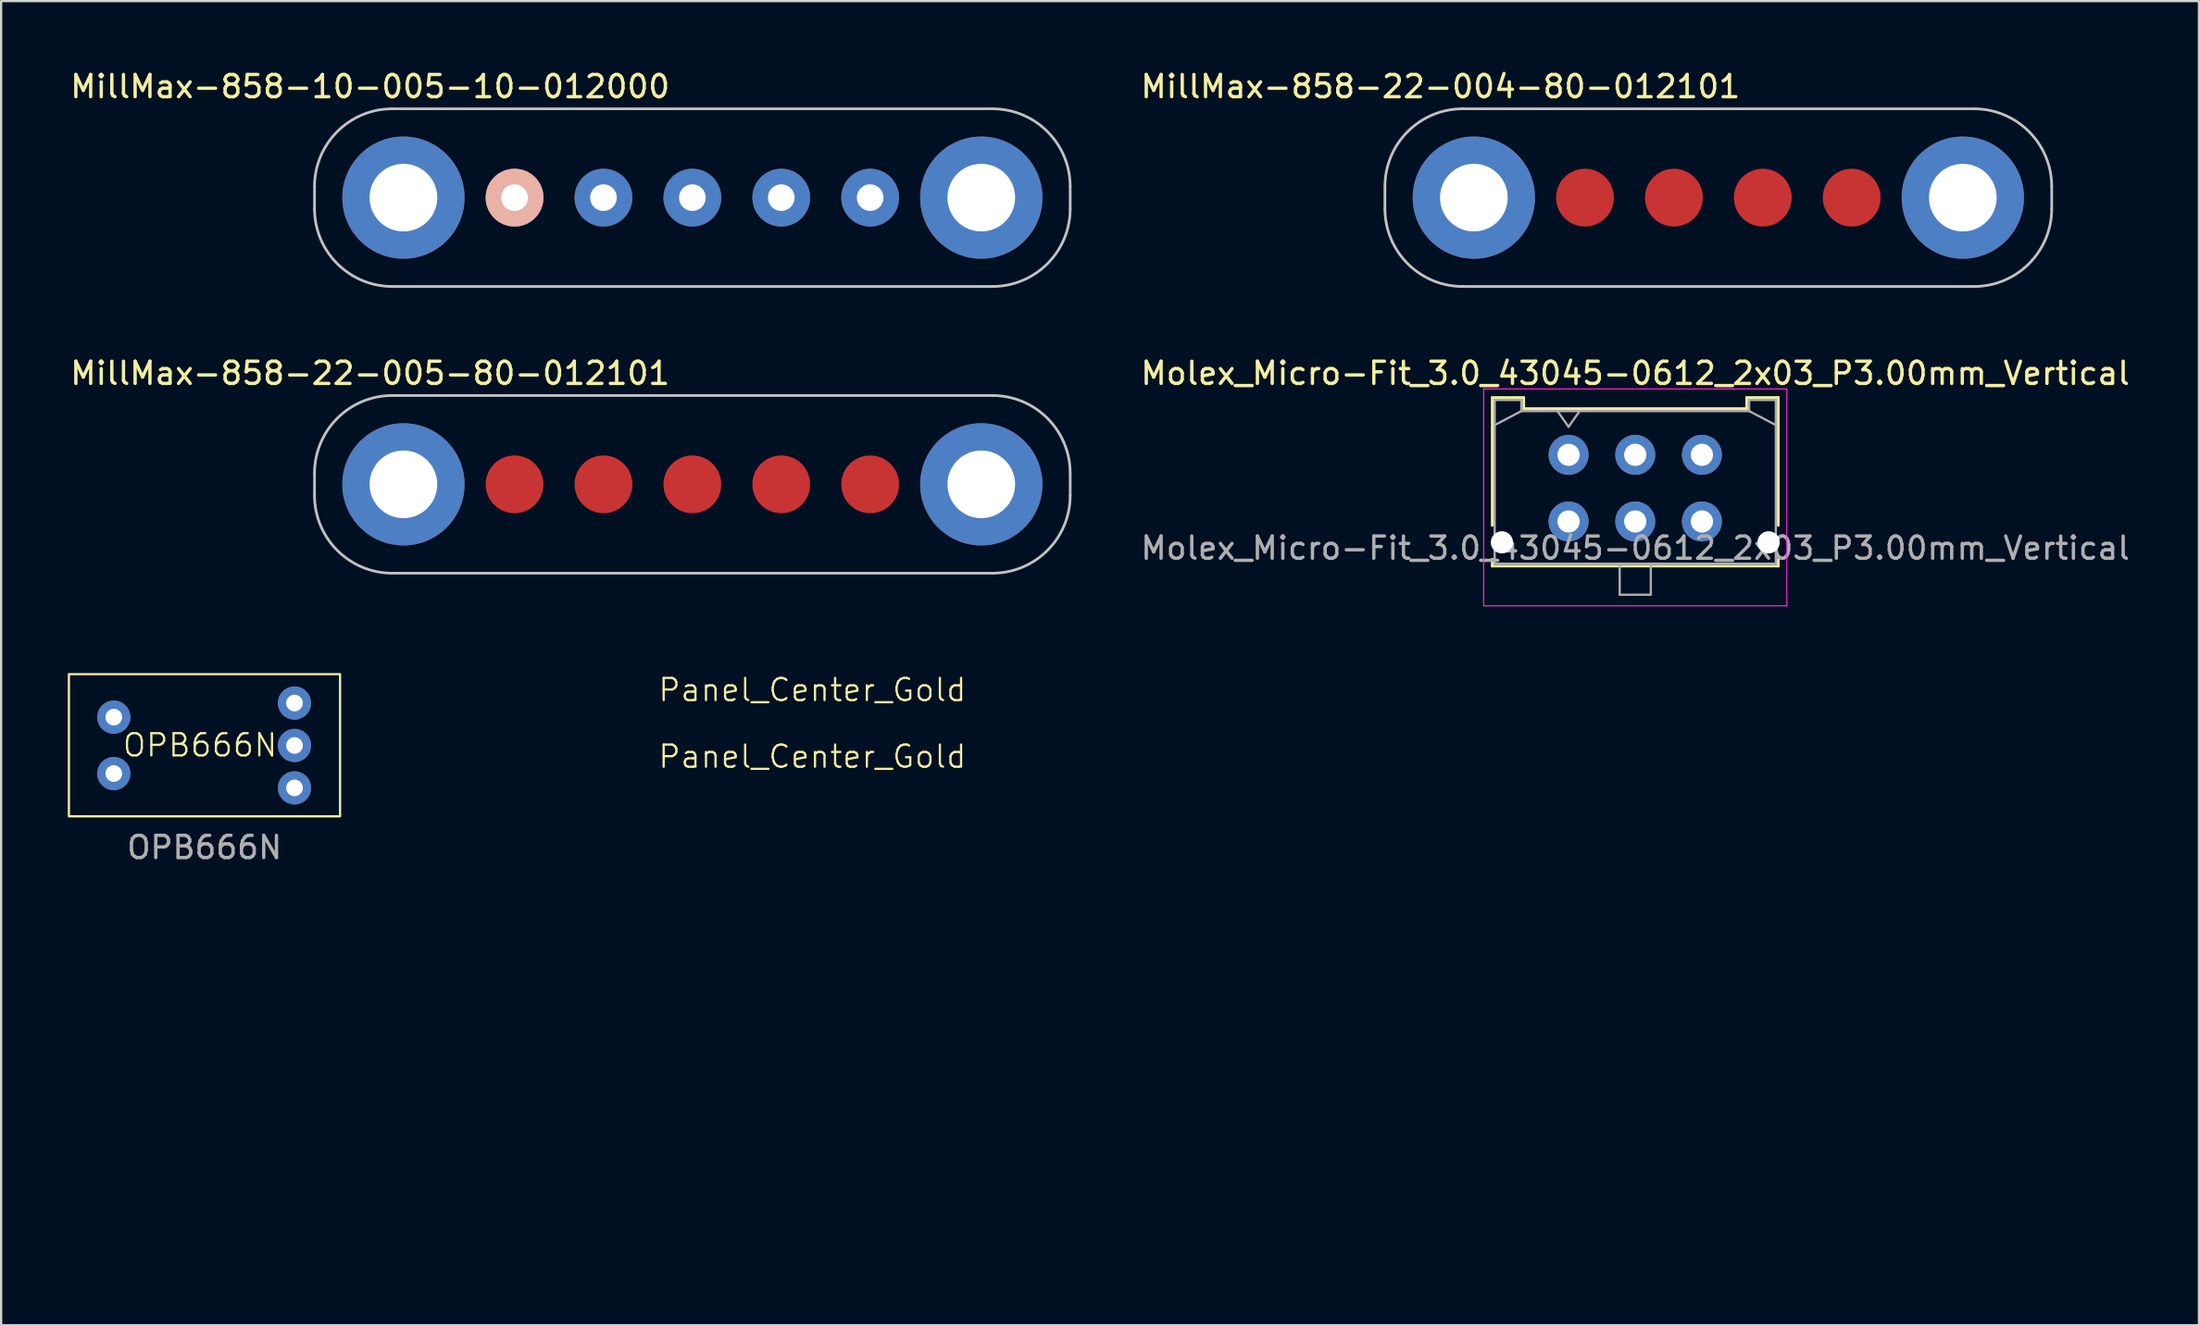
<source format=kicad_pcb>
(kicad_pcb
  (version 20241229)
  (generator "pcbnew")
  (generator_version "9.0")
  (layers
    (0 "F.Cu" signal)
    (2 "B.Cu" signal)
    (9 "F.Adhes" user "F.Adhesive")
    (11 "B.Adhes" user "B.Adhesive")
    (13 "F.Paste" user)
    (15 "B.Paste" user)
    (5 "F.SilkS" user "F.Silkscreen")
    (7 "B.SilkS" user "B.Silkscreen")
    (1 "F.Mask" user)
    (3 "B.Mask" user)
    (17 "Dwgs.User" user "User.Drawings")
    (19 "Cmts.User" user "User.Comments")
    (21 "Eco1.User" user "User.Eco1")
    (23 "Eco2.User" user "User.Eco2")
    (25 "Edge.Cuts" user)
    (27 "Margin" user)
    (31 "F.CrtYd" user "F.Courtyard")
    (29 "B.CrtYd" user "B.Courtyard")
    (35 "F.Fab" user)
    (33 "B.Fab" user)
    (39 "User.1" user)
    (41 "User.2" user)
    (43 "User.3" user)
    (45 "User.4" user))
  (footprint "OPB666N"
    (layer "F.Cu")
    (at 6.15 30.502)
    (property "Reference" "OPB666N" (at -0.2 0 0) (unlocked yes) (layer "F.SilkS") (effects (font (size 1 1) (thickness 0.1))))
    (attr smd)
    (fp_rect (start -6.1 -3.2) (end 6.1 3.2) (stroke (width 0.1) (type default)) (fill no) (layer "F.SilkS"))
    (fp_text user "${REFERENCE}" (at 0 4.6 0) (unlocked yes) (layer "F.Fab") (effects (font (size 1 1) (thickness 0.15))))
    (pad "1" thru_hole roundrect (at -4.08 1.275) (size 1.5 1.5) (drill 0.75) (layers "*.Cu" "*.Mask") (roundrect_rratio 0.5))
    (pad "2" thru_hole roundrect (at -4.08 -1.265) (size 1.5 1.5) (drill 0.75) (layers "*.Cu" "*.Mask") (roundrect_rratio 0.5))
    (pad "3" thru_hole roundrect (at 4.05 -1.9) (size 1.5 1.5) (drill 0.75) (layers "*.Cu" "*.Mask") (roundrect_rratio 0.5))
    (pad "4" thru_hole roundrect (at 4.05 0.01) (size 1.5 1.5) (drill 0.75) (layers "*.Cu" "*.Mask") (roundrect_rratio 0.5))
    (pad "5" thru_hole roundrect (at 4.05 1.92) (size 1.5 1.5) (drill 0.75) (layers "*.Cu" "*.Mask" "Eco2.User") (roundrect_rratio 0.5)))
  (footprint "MillMax-858-22-004-80-012101"
    (layer "F.Cu")
    (at 74.262 5.848)
    (property "Reference" "MillMax-858-22-004-80-012101" (at -12.5 -5 0) (layer "F.SilkS") (effects (font (size 1 1) (thickness 0.15))))
    (attr through_hole)
    (fp_line (start -15 0.5) (end -15 -0.5) (stroke (width 0.12) (type solid)) (layer "Dwgs.User"))
    (fp_line (start 11.5 -4) (end -11.5 -4) (stroke (width 0.12) (type solid)) (layer "Dwgs.User"))
    (fp_line (start 11.5 4) (end -11.5 4) (stroke (width 0.12) (type solid)) (layer "Dwgs.User"))
    (fp_line (start 15 -0.5) (end 15 0.5) (stroke (width 0.12) (type solid)) (layer "Dwgs.User"))
    (fp_arc (start -15 -0.5) (mid -13.974874 -2.974874) (end -11.5 -4) (stroke (width 0.12) (type solid)) (layer "Dwgs.User"))
    (fp_arc (start -11.5 4) (mid -13.974874 2.974874) (end -15 0.5) (stroke (width 0.12) (type solid)) (layer "Dwgs.User"))
    (fp_arc (start 11.5 -4) (mid 13.974874 -2.974874) (end 15 -0.5) (stroke (width 0.12) (type solid)) (layer "Dwgs.User"))
    (fp_arc (start 15 0.5) (mid 13.974874 2.974874) (end 11.5 4) (stroke (width 0.12) (type solid)) (layer "Dwgs.User"))
    (pad "1" connect circle (at -6 0) (size 2.6 2.6) (layers "F.Cu" "F.Mask"))
    (pad "2" connect circle (at -2 0) (size 2.6 2.6) (layers "F.Cu" "F.Mask"))
    (pad "3" connect circle (at 2 0) (size 2.6 2.6) (layers "F.Cu" "F.Mask"))
    (pad "4" connect circle (at 6 0) (size 2.6 2.6) (layers "F.Cu" "F.Mask"))
    (pad "M1" thru_hole circle (at -11 0) (size 5.5 5.5) (drill 3.045) (layers "*.Cu" "*.Mask"))
    (pad "M2" thru_hole circle (at 11 0) (size 5.5 5.5) (drill 3.045) (layers "*.Cu" "*.Mask")))
  (footprint "MillMax-858-10-005-10-012000"
    (layer "F.Cu")
    (at 28.101 5.848)
    (property "Reference" "MillMax-858-10-005-10-012000" (at -14.5 -5 0) (layer "F.SilkS") (effects (font (size 1 1) (thickness 0.15))))
    (attr through_hole)
    (fp_line (start -17 0.5) (end -17 -0.5) (stroke (width 0.12) (type solid)) (layer "Dwgs.User"))
    (fp_line (start 13.5 -4) (end -13.5 -4) (stroke (width 0.12) (type solid)) (layer "Dwgs.User"))
    (fp_line (start 13.5 4) (end -13.5 4) (stroke (width 0.12) (type solid)) (layer "Dwgs.User"))
    (fp_line (start 17 -0.5) (end 17 0.5) (stroke (width 0.12) (type solid)) (layer "Dwgs.User"))
    (fp_arc (start -17 -0.5) (mid -15.974874 -2.974874) (end -13.5 -4) (stroke (width 0.12) (type solid)) (layer "Dwgs.User"))
    (fp_arc (start -13.5 4) (mid -15.974874 2.974874) (end -17 0.5) (stroke (width 0.12) (type solid)) (layer "Dwgs.User"))
    (fp_arc (start 13.5 -4) (mid 15.974874 -2.974874) (end 17 -0.5) (stroke (width 0.12) (type solid)) (layer "Dwgs.User"))
    (fp_arc (start 17 0.5) (mid 15.974874 2.974874) (end 13.5 4) (stroke (width 0.12) (type solid)) (layer "Dwgs.User"))
    (pad "1" thru_hole circle (at -8 0) (size 2.6 2.6) (drill 1.2) (layers "*.Cu" "*.Mask" "B.SilkS"))
    (pad "2" thru_hole circle (at -4 0) (size 2.6 2.6) (drill 1.2) (layers "*.Cu" "*.Mask"))
    (pad "3" thru_hole circle (at 0 0) (size 2.6 2.6) (drill 1.2) (layers "*.Cu" "*.Mask"))
    (pad "4" thru_hole circle (at 4 0) (size 2.6 2.6) (drill 1.2) (layers "*.Cu" "*.Mask"))
    (pad "5" thru_hole circle (at 8 0) (size 2.6 2.6) (drill 1.2) (layers "*.Cu" "*.Mask"))
    (pad "M1" thru_hole circle (at -13 0) (size 5.5 5.5) (drill 3.045) (layers "*.Cu" "*.Mask"))
    (pad "M2" thru_hole circle (at 13 0) (size 5.5 5.5) (drill 3.045) (layers "*.Cu" "*.Mask")))
  (footprint "MillMax-858-22-005-80-012101"
    (layer "F.Cu")
    (at 28.101 18.756)
    (property "Reference" "MillMax-858-22-005-80-012101" (at -14.5 -5 0) (layer "F.SilkS") (effects (font (size 1 1) (thickness 0.15))))
    (attr through_hole)
    (fp_line (start -17 0.5) (end -17 -0.5) (stroke (width 0.12) (type solid)) (layer "Dwgs.User"))
    (fp_line (start 13.5 -4) (end -13.5 -4) (stroke (width 0.12) (type solid)) (layer "Dwgs.User"))
    (fp_line (start 13.5 4) (end -13.5 4) (stroke (width 0.12) (type solid)) (layer "Dwgs.User"))
    (fp_line (start 17 -0.5) (end 17 0.5) (stroke (width 0.12) (type solid)) (layer "Dwgs.User"))
    (fp_arc (start -17 -0.5) (mid -15.974874 -2.974874) (end -13.5 -4) (stroke (width 0.12) (type solid)) (layer "Dwgs.User"))
    (fp_arc (start -13.5 4) (mid -15.974874 2.974874) (end -17 0.5) (stroke (width 0.12) (type solid)) (layer "Dwgs.User"))
    (fp_arc (start 13.5 -4) (mid 15.974874 -2.974874) (end 17 -0.5) (stroke (width 0.12) (type solid)) (layer "Dwgs.User"))
    (fp_arc (start 17 0.5) (mid 15.974874 2.974874) (end 13.5 4) (stroke (width 0.12) (type solid)) (layer "Dwgs.User"))
    (pad "1" connect circle (at -8 0) (size 2.6 2.6) (layers "F.Cu" "F.Mask"))
    (pad "2" connect circle (at -4 0) (size 2.6 2.6) (layers "F.Cu" "F.Mask"))
    (pad "3" connect circle (at 0 0) (size 2.6 2.6) (layers "F.Cu" "F.Mask"))
    (pad "4" connect circle (at 4 0) (size 2.6 2.6) (layers "F.Cu" "F.Mask"))
    (pad "5" connect circle (at 8 0) (size 2.6 2.6) (layers "F.Cu" "F.Mask"))
    (pad "M1" thru_hole circle (at -13 0) (size 5.5 5.5) (drill 3.045) (layers "*.Cu" "*.Mask"))
    (pad "M2" thru_hole circle (at 13 0) (size 5.5 5.5) (drill 3.045) (layers "*.Cu" "*.Mask")))
  (footprint "Panel_Center_Gold"
    (layer "F.Cu")
    (at 33.5 48.812)
    (property "Reference" "Panel_Center_Gold" (at 0 -20.8 0) (unlocked yes) (layer "F.SilkS") (effects (font (size 1 1) (thickness 0.1))))
    (attr smd)
    (fp_line (start -18.1 0.1) (end -18.1 4.3) (stroke (width 0.2) (type default)) (layer "B.Mask"))
    (fp_line (start -17.7 4.7) (end 24.047 4.7) (stroke (width 0.2) (type default)) (layer "B.Mask"))
    (fp_line (start -14.71 -1.462) (end -18.072 0.055) (stroke (width 0.2) (type default)) (layer "B.Mask"))
    (fp_line (start -12.826 -5.9) (end -12.826 -4.366) (stroke (width 0.2) (type default)) (layer "B.Mask"))
    (fp_line (start -5.859 2.219) (end -4.739 4.158) (stroke (width 0.008) (type default)) (layer "B.Mask"))
    (fp_line (start -4.517 4.215) (end -1.313 2.366) (stroke (width 0.008) (type default)) (layer "B.Mask"))
    (fp_line (start -2.593 0.149) (end -5.8 2) (stroke (width 0.008) (type default)) (layer "B.Mask"))
    (fp_line (start -2.593 0.149) (end -1.313 -2.068) (stroke (width 0.008) (type default)) (layer "B.Mask"))
    (fp_line (start -1.593 0.149) (end -0.692 1.709) (stroke (width 0.008) (type default)) (layer "B.Mask"))
    (fp_line (start -1.313 -2.068) (end -1.313 -5.771) (stroke (width 0.008) (type default)) (layer "B.Mask"))
    (fp_line (start -1.246 -1.411) (end -0.622 -1.411) (stroke (width 0.008) (type default)) (layer "B.Mask"))
    (fp_line (start -1.153 -5.931) (end 1.087 -5.931) (stroke (width 0.008) (type default)) (layer "B.Mask"))
    (fp_line (start -0.969 0.149) (end -1.593 0.149) (stroke (width 0.008) (type default)) (layer "B.Mask"))
    (fp_line (start -0.692 1.709) (end -0.068 1.709) (stroke (width 0.008) (type default)) (layer "B.Mask"))
    (fp_line (start -0.622 -1.411) (end 1.18 1.709) (stroke (width 0.008) (type default)) (layer "B.Mask"))
    (fp_line (start -0.068 1.709) (end -0.969 0.149) (stroke (width 0.008) (type default)) (layer "B.Mask"))
    (fp_line (start 0.002 -1.411) (end 0.022 -1.411) (stroke (width 0.008) (type default)) (layer "B.Mask"))
    (fp_line (start 0.002 -1.411) (end 0.903 0.149) (stroke (width 0.008) (type default)) (layer "B.Mask"))
    (fp_line (start 0.556 1.709) (end -1.246 -1.411) (stroke (width 0.008) (type default)) (layer "B.Mask"))
    (fp_line (start 0.626 -1.411) (end 0.002 -1.411) (stroke (width 0.008) (type default)) (layer "B.Mask"))
    (fp_line (start 0.903 0.149) (end 1.527 0.149) (stroke (width 0.008) (type default)) (layer "B.Mask"))
    (fp_line (start 1.18 1.709) (end 0.556 1.709) (stroke (width 0.008) (type default)) (layer "B.Mask"))
    (fp_line (start 1.247 -5.771) (end 1.247 -2.068) (stroke (width 0.008) (type default)) (layer "B.Mask"))
    (fp_line (start 1.247 -2.068) (end 2.527 0.149) (stroke (width 0.008) (type default)) (layer "B.Mask"))
    (fp_line (start 1.247 2.366) (end -1.313 2.366) (stroke (width 0.008) (type default)) (layer "B.Mask"))
    (fp_line (start 1.247 2.366) (end 4.454 4.217) (stroke (width 0.008) (type default)) (layer "B.Mask"))
    (fp_line (start 1.527 0.149) (end 0.626 -1.411) (stroke (width 0.008) (type default)) (layer "B.Mask"))
    (fp_line (start 4.674 4.156) (end 5.792 2.219) (stroke (width 0.008) (type default)) (layer "B.Mask"))
    (fp_line (start 5.734 2) (end 5.734 2) (stroke (width 0.008) (type default)) (layer "B.Mask"))
    (fp_line (start 5.734 2) (end 2.527 0.149) (stroke (width 0.008) (type default)) (layer "B.Mask"))
    (fp_line (start 8.428 -6.3) (end -12.433 -6.3) (stroke (width 0.2) (type default)) (layer "B.Mask"))
    (fp_line (start 24.047 4.7) (end 24.047 4.7) (stroke (width 0.2) (type default)) (layer "B.Mask"))
    (fp_line (start 24.266 3.965) (end 8.644 -6.237) (stroke (width 0.2) (type default)) (layer "B.Mask"))
    (fp_arc (start -18.1 0.1) (mid -18.091984 0.072747) (end -18.071814 0.054848) (stroke (width 0.2) (type default)) (layer "B.Mask"))
    (fp_arc (start -17.7 4.699746) (mid -17.982859 4.582592) (end -18.1 4.299744) (stroke (width 0.2) (type default)) (layer "B.Mask"))
    (fp_arc (start -12.826084 -5.9002) (mid -12.708918 -6.183144) (end -12.432986 -6.300322) (stroke (width 0.2) (type default)) (layer "B.Mask"))
    (fp_arc (start -12.826084 -4.366107) (mid -13.334633 -2.647526) (end -14.710229 -1.461557) (stroke (width 0.2) (type default)) (layer "B.Mask"))
    (fp_arc (start -5.858503 2.218583) (mid -5.874575 2.097184) (end -5.800014 2.000062) (stroke (width 0.008) (type default)) (layer "B.Mask"))
    (fp_arc (start -4.516723 4.215187) (mid -4.639567 4.233432) (end -4.73855 4.158398) (stroke (width 0.008) (type default)) (layer "B.Mask"))
    (fp_arc (start -1.313069 -5.771469) (mid -1.266206 -5.884606) (end -1.153069 -5.931469) (stroke (width 0.008) (type default)) (layer "B.Mask"))
    (fp_arc (start 1.086931 -5.931469) (mid 1.200068 -5.884606) (end 1.246931 -5.771469) (stroke (width 0.008) (type default)) (layer "B.Mask"))
    (fp_arc (start 4.673646 4.156261) (mid 4.576482 4.232701) (end 4.453846 4.21707) (stroke (width 0.008) (type default)) (layer "B.Mask"))
    (fp_arc (start 5.733749 2.000036) (mid 5.808324 2.097208) (end 5.792327 2.218649) (stroke (width 0.008) (type default)) (layer "B.Mask"))
    (fp_arc (start 8.4282 -6.300322) (mid 8.542428 -6.283696) (end 8.643864 -6.237309) (stroke (width 0.2) (type default)) (layer "B.Mask"))
    (fp_arc (start 24.265687 3.964841) (mid 24.430323 4.413798) (end 24.0469 4.699697) (stroke (width 0.2) (type default)) (layer "B.Mask"))
    (fp_circle (center -0.033 0.149) (end -0.035 0.149) (stroke (width 0.000016) (type default)) (fill yes) (layer "B.Mask"))
    (fp_circle (center -0.033 0.149) (end -0.035 0.149) (stroke (width 0.000016) (type default)) (fill yes) (layer "B.Mask"))
    (fp_circle (center -0.033 0.149) (end -0.035 0.149) (stroke (width 0.000016) (type default)) (fill yes) (layer "B.Mask"))
    (fp_poly (pts (xy -1.593 0.149) (xy -0.969 0.149) (xy -0.068 1.709) (xy -0.692 1.709)) (stroke (width 0.01) (type solid)) (fill yes) (layer "B.Mask"))
    (fp_poly (pts (xy -1.246 -1.411) (xy -0.622 -1.411) (xy 1.18 1.709) (xy 0.556 1.709)) (stroke (width 0.01) (type solid)) (fill yes) (layer "B.Mask"))
    (fp_poly (pts (xy 0.002 -1.411) (xy 0.626 -1.411) (xy 1.527 0.149) (xy 0.903 0.149)) (stroke (width 0.01) (type solid)) (fill yes) (layer "B.Mask"))
    (fp_poly (pts (xy -12.4 -6.3) (xy 8.5 -6.3) (xy 8.8 -6.2) (xy 24.4 4) (xy 24.5 4.2) (xy 24.4 4.4) (xy 24.2 4.7) (xy -17.6 4.7) (xy -17.9 4.6) (xy -18.1 4.4) (xy -18.1 0.1) (xy -14.8 -1.4) (xy -14.2 -1.7) (xy -13.8 -2.1) (xy -1.313 -2.068) (xy -2.593 0.149) (xy -5.8 2) (xy -5.84 2.03) (xy -5.87 2.079) (xy -5.88 2.12) (xy -5.88 2.15) (xy -5.87 2.2) (xy -4.737 4.161) (xy -4.7 4.21) (xy -4.641 4.233) (xy -4.61 4.24) (xy -4.57 4.24) (xy -4.52 4.217) (xy -1.313 2.366) (xy 1.247 2.366) (xy 4.458 4.22) (xy 4.51 4.24) (xy 4.56 4.24) (xy 4.61 4.22) (xy 4.66 4.184) (xy 4.672 4.158) (xy 5.792 2.219) (xy 5.81 2.18) (xy 5.82 2.13) (xy 5.8 2.07) (xy 5.78 2.04) (xy 5.75 2.01) (xy 5.734 2) (xy 2.527 0.149) (xy 1.247 -2.068) (xy 1.247 -5.771) (xy 1.24 -5.83) (xy 1.21 -5.88) (xy 1.17 -5.91) (xy 1.12 -5.93) (xy 1.087 -5.931) (xy -1.153 -5.931) (xy -1.19 -5.93) (xy -1.24 -5.91) (xy -1.27 -5.885) (xy -1.3 -5.84) (xy -1.313 -5.79) (xy -1.313 -2.068) (xy -13.79 -2.1) (xy -13.19 -2.88) (xy -12.9 -3.4) (xy -12.8 -4.9) (xy -12.8 -6) (xy -12.7 -6.2)) (stroke (width 0.005) (type solid)) (fill yes) (layer "B.Mask"))
    (fp_text user "${REFERENCE}" (at 0 -17.8 0) (unlocked yes) (layer "F.SilkS") (effects (font (size 1 1) (thickness 0.1)))))
  (footprint "Molex_Micro-Fit_3.0_43045-0612_2x03_P3.00mm_Vertical"
    (layer "F.Cu")
    (at 67.524 17.427)
    (property "Reference" "Molex_Micro-Fit_3.0_43045-0612_2x03_P3.00mm_Vertical" (at 3 -3.67 0) (layer "F.SilkS") (effects (font (size 1 1) (thickness 0.15))))
    (attr through_hole)
    (fp_line (start -3.435 -2.58) (end -2.015 -2.58) (stroke (width 0.12) (type solid)) (layer "F.SilkS"))
    (fp_line (start -3.435 3.18) (end -3.435 -2.58) (stroke (width 0.12) (type solid)) (layer "F.SilkS"))
    (fp_line (start -3.435 4.7) (end -3.435 5.01) (stroke (width 0.12) (type solid)) (layer "F.SilkS"))
    (fp_line (start -3.435 5.01) (end 9.435 5.01) (stroke (width 0.12) (type solid)) (layer "F.SilkS"))
    (fp_line (start -2.015 -2.58) (end -2.015 -2.08) (stroke (width 0.12) (type solid)) (layer "F.SilkS"))
    (fp_line (start -2.015 -2.08) (end 8.015 -2.08) (stroke (width 0.12) (type solid)) (layer "F.SilkS"))
    (fp_line (start 8.015 -2.58) (end 9.435 -2.58) (stroke (width 0.12) (type solid)) (layer "F.SilkS"))
    (fp_line (start 8.015 -2.08) (end 8.015 -2.58) (stroke (width 0.12) (type solid)) (layer "F.SilkS"))
    (fp_line (start 9.435 -2.58) (end 9.435 3.18) (stroke (width 0.12) (type solid)) (layer "F.SilkS"))
    (fp_line (start 9.435 5.01) (end 9.435 4.7) (stroke (width 0.12) (type solid)) (layer "F.SilkS"))
    (fp_line (start -3.82 -2.97) (end 9.82 -2.97) (stroke (width 0.05) (type solid)) (layer "F.CrtYd"))
    (fp_line (start -3.82 6.8) (end -3.82 -2.97) (stroke (width 0.05) (type solid)) (layer "F.CrtYd"))
    (fp_line (start 9.82 -2.97) (end 9.82 6.8) (stroke (width 0.05) (type solid)) (layer "F.CrtYd"))
    (fp_line (start 9.82 6.8) (end -3.82 6.8) (stroke (width 0.05) (type solid)) (layer "F.CrtYd"))
    (fp_line (start -3.325 -2.47) (end -3.325 4.9) (stroke (width 0.1) (type solid)) (layer "F.Fab"))
    (fp_line (start -3.325 -1.34) (end -2.125 -1.97) (stroke (width 0.1) (type solid)) (layer "F.Fab"))
    (fp_line (start -3.325 4.9) (end 9.325 4.9) (stroke (width 0.1) (type solid)) (layer "F.Fab"))
    (fp_line (start -2.125 -2.47) (end -3.325 -2.47) (stroke (width 0.1) (type solid)) (layer "F.Fab"))
    (fp_line (start -2.125 -1.97) (end -2.125 -2.47) (stroke (width 0.1) (type solid)) (layer "F.Fab"))
    (fp_line (start -0.5 -1.97) (end 0 -1.263) (stroke (width 0.1) (type solid)) (layer "F.Fab"))
    (fp_line (start 0 -1.263) (end 0.5 -1.97) (stroke (width 0.1) (type solid)) (layer "F.Fab"))
    (fp_line (start 2.3 4.9) (end 2.3 6.3) (stroke (width 0.1) (type solid)) (layer "F.Fab"))
    (fp_line (start 2.3 6.3) (end 3.7 6.3) (stroke (width 0.1) (type solid)) (layer "F.Fab"))
    (fp_line (start 3.7 6.3) (end 3.7 4.9) (stroke (width 0.1) (type solid)) (layer "F.Fab"))
    (fp_line (start 8.125 -2.47) (end 8.125 -1.97) (stroke (width 0.1) (type solid)) (layer "F.Fab"))
    (fp_line (start 8.125 -1.97) (end -2.125 -1.97) (stroke (width 0.1) (type solid)) (layer "F.Fab"))
    (fp_line (start 9.325 -2.47) (end 8.125 -2.47) (stroke (width 0.1) (type solid)) (layer "F.Fab"))
    (fp_line (start 9.325 -1.34) (end 8.125 -1.97) (stroke (width 0.1) (type solid)) (layer "F.Fab"))
    (fp_line (start 9.325 4.9) (end 9.325 -2.47) (stroke (width 0.1) (type solid)) (layer "F.Fab"))
    (fp_text user "${REFERENCE}" (at 3 4.2 0) (layer "F.Fab") (effects (font (size 1 1) (thickness 0.15))))
    (pad "" np_thru_hole circle (at -3 3.94) (size 1 1) (drill 1) (layers "*.Cu" "*.Mask"))
    (pad "" np_thru_hole circle (at 9 3.94) (size 1 1) (drill 1) (layers "*.Cu" "*.Mask"))
    (pad "1" thru_hole circle (at 0 0) (size 1.8 1.8) (drill 1) (layers "*.Cu" "*.Mask"))
    (pad "2" thru_hole circle (at 3 0) (size 1.8 1.8) (drill 1) (layers "*.Cu" "*.Mask"))
    (pad "3" thru_hole circle (at 6 0) (size 1.8 1.8) (drill 1) (layers "*.Cu" "*.Mask"))
    (pad "4" thru_hole circle (at 0 3) (size 1.8 1.8) (drill 1) (layers "*.Cu" "*.Mask"))
    (pad "5" thru_hole circle (at 3 3) (size 1.8 1.8) (drill 1) (layers "*.Cu" "*.Mask"))
    (pad "6" thru_hole circle (at 6 3) (size 1.8 1.8) (drill 1) (layers "*.Cu" "*.Mask")))
  (gr_rect
    (start -3 -3)
    (end 95.887 56.612)
    (stroke (width 0.1) (type default))
    (fill no)
    (layer "Edge.Cuts")))
</source>
